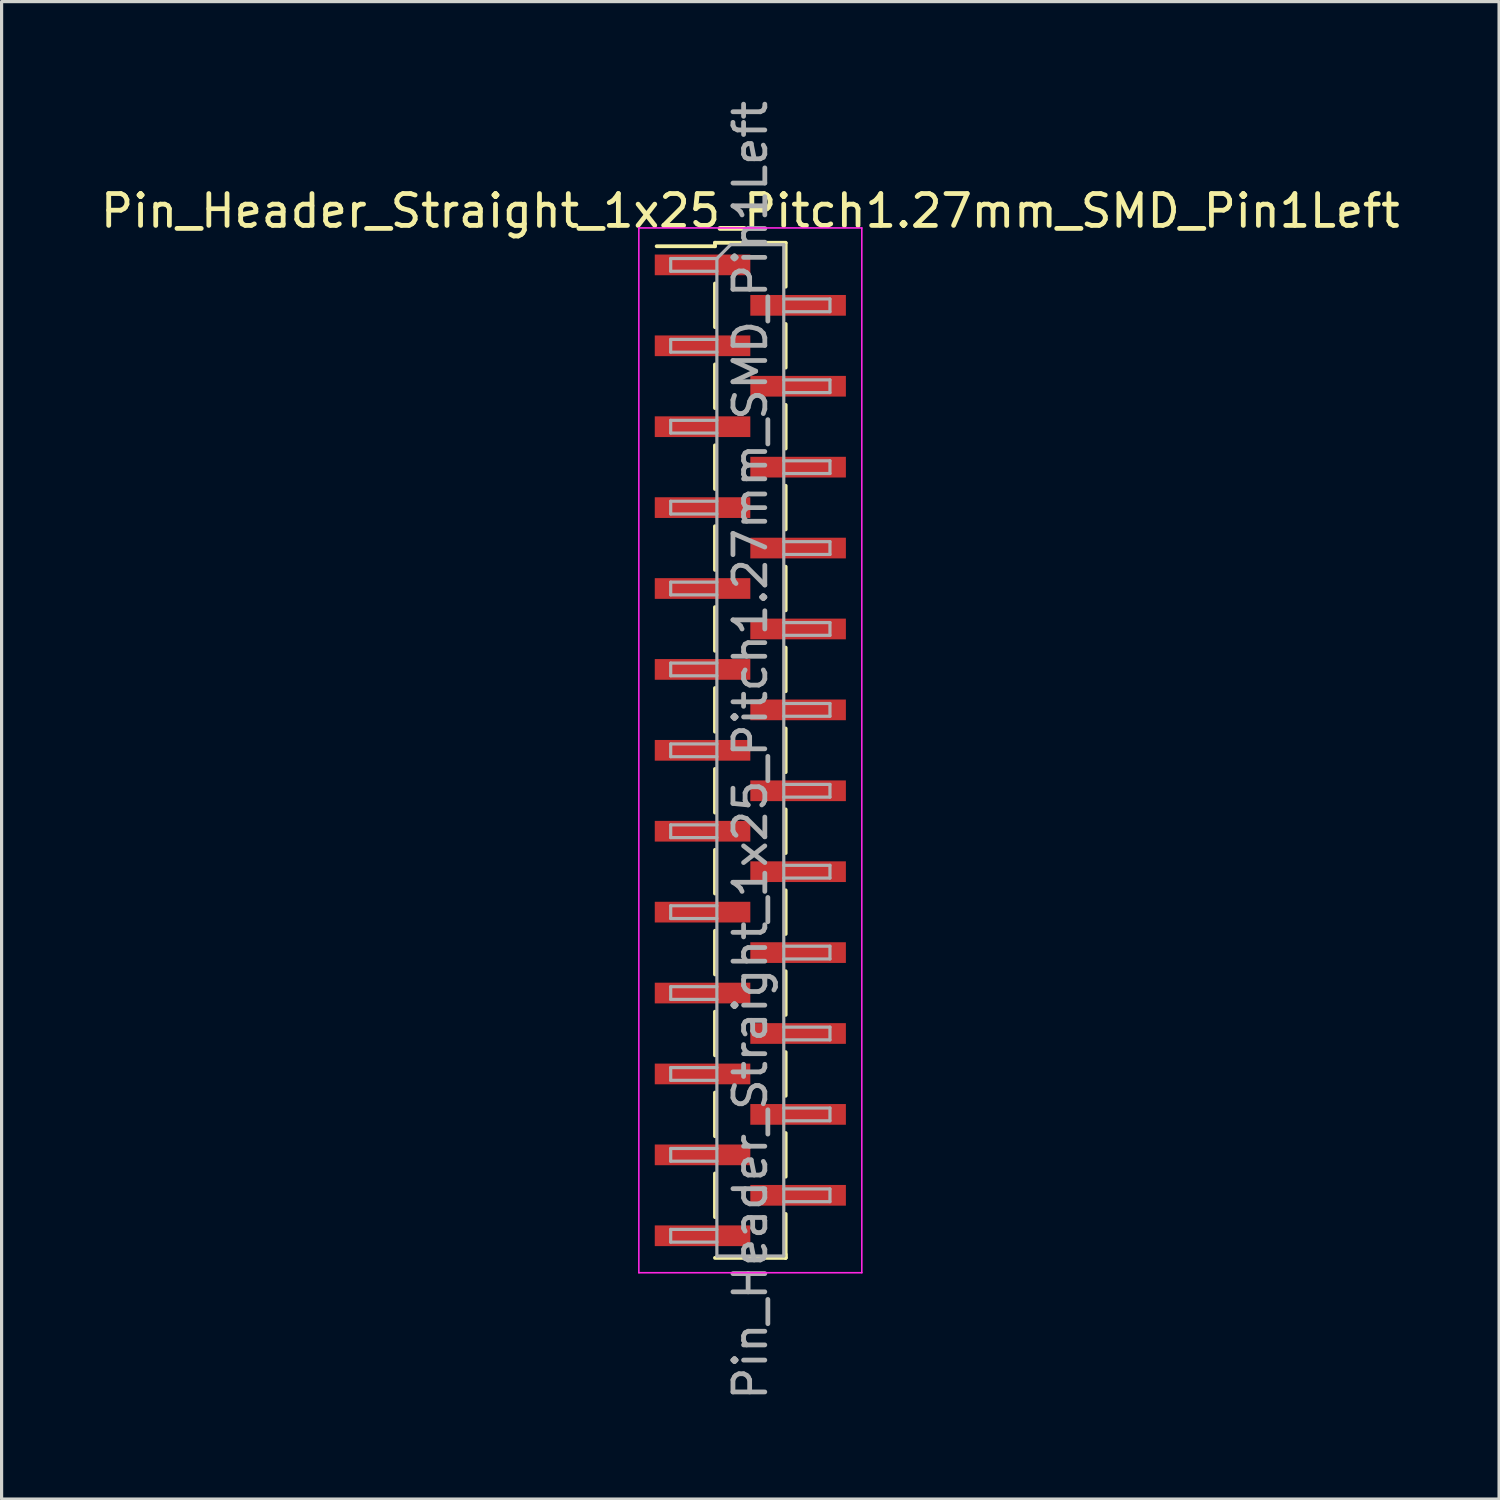
<source format=kicad_pcb>
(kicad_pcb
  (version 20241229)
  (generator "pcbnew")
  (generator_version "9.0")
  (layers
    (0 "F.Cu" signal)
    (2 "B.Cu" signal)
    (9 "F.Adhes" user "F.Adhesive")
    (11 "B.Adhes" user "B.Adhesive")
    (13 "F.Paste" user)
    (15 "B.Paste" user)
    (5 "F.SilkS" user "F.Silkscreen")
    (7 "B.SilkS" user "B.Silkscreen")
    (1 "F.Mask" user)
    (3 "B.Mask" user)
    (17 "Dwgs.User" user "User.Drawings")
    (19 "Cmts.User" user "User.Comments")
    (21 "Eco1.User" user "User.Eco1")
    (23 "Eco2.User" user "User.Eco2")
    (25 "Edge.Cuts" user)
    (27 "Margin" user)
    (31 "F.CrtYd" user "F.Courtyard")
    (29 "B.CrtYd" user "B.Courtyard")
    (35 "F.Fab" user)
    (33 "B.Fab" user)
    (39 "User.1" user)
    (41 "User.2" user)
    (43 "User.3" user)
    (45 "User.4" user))
  (footprint "Pin_Header_Straight_1x25_Pitch1.27mm_SMD_Pin1Left"
    (layer "F.Cu")
    (at 20.506 20.506)
    (property "Reference" "Pin_Header_Straight_1x25_Pitch1.27mm_SMD_Pin1Left" (at 0 -16.935 0) (layer "F.SilkS") (effects (font (size 1 1) (thickness 0.15))))
    (attr smd)
    (fp_line (start -1.11 -15.935) (end -1.11 -15.825) (stroke (width 0.12) (type solid)) (layer "F.SilkS"))
    (fp_line (start -1.11 -15.935) (end 1.11 -15.935) (stroke (width 0.12) (type solid)) (layer "F.SilkS"))
    (fp_line (start -1.11 -15.825) (end -2.94 -15.825) (stroke (width 0.12) (type solid)) (layer "F.SilkS"))
    (fp_line (start -1.11 -14.655) (end -1.11 -13.285) (stroke (width 0.12) (type solid)) (layer "F.SilkS"))
    (fp_line (start -1.11 -12.115) (end -1.11 -10.745) (stroke (width 0.12) (type solid)) (layer "F.SilkS"))
    (fp_line (start -1.11 -9.575) (end -1.11 -8.205) (stroke (width 0.12) (type solid)) (layer "F.SilkS"))
    (fp_line (start -1.11 -7.035) (end -1.11 -5.665) (stroke (width 0.12) (type solid)) (layer "F.SilkS"))
    (fp_line (start -1.11 -4.495) (end -1.11 -3.125) (stroke (width 0.12) (type solid)) (layer "F.SilkS"))
    (fp_line (start -1.11 -1.955) (end -1.11 -0.585) (stroke (width 0.12) (type solid)) (layer "F.SilkS"))
    (fp_line (start -1.11 0.585) (end -1.11 1.955) (stroke (width 0.12) (type solid)) (layer "F.SilkS"))
    (fp_line (start -1.11 3.125) (end -1.11 4.495) (stroke (width 0.12) (type solid)) (layer "F.SilkS"))
    (fp_line (start -1.11 5.665) (end -1.11 7.035) (stroke (width 0.12) (type solid)) (layer "F.SilkS"))
    (fp_line (start -1.11 8.205) (end -1.11 9.575) (stroke (width 0.12) (type solid)) (layer "F.SilkS"))
    (fp_line (start -1.11 10.745) (end -1.11 12.115) (stroke (width 0.12) (type solid)) (layer "F.SilkS"))
    (fp_line (start -1.11 13.285) (end -1.11 14.655) (stroke (width 0.12) (type solid)) (layer "F.SilkS"))
    (fp_line (start -1.11 15.935) (end 1.11 15.935) (stroke (width 0.12) (type solid)) (layer "F.SilkS"))
    (fp_line (start 1.11 -15.925) (end 1.11 -14.555) (stroke (width 0.12) (type solid)) (layer "F.SilkS"))
    (fp_line (start 1.11 -13.385) (end 1.11 -12.015) (stroke (width 0.12) (type solid)) (layer "F.SilkS"))
    (fp_line (start 1.11 -10.845) (end 1.11 -9.475) (stroke (width 0.12) (type solid)) (layer "F.SilkS"))
    (fp_line (start 1.11 -8.305) (end 1.11 -6.935) (stroke (width 0.12) (type solid)) (layer "F.SilkS"))
    (fp_line (start 1.11 -5.765) (end 1.11 -4.395) (stroke (width 0.12) (type solid)) (layer "F.SilkS"))
    (fp_line (start 1.11 -3.225) (end 1.11 -1.855) (stroke (width 0.12) (type solid)) (layer "F.SilkS"))
    (fp_line (start 1.11 -0.685) (end 1.11 0.685) (stroke (width 0.12) (type solid)) (layer "F.SilkS"))
    (fp_line (start 1.11 1.855) (end 1.11 3.225) (stroke (width 0.12) (type solid)) (layer "F.SilkS"))
    (fp_line (start 1.11 4.395) (end 1.11 5.765) (stroke (width 0.12) (type solid)) (layer "F.SilkS"))
    (fp_line (start 1.11 6.935) (end 1.11 8.305) (stroke (width 0.12) (type solid)) (layer "F.SilkS"))
    (fp_line (start 1.11 9.475) (end 1.11 10.845) (stroke (width 0.12) (type solid)) (layer "F.SilkS"))
    (fp_line (start 1.11 12.015) (end 1.11 13.385) (stroke (width 0.12) (type solid)) (layer "F.SilkS"))
    (fp_line (start 1.11 14.555) (end 1.11 15.925) (stroke (width 0.12) (type solid)) (layer "F.SilkS"))
    (fp_line (start 1.11 15.825) (end 1.11 15.935) (stroke (width 0.12) (type solid)) (layer "F.SilkS"))
    (fp_line (start -3.5 -16.4) (end -3.5 16.4) (stroke (width 0.05) (type solid)) (layer "F.CrtYd"))
    (fp_line (start -3.5 16.4) (end 3.5 16.4) (stroke (width 0.05) (type solid)) (layer "F.CrtYd"))
    (fp_line (start 3.5 -16.4) (end -3.5 -16.4) (stroke (width 0.05) (type solid)) (layer "F.CrtYd"))
    (fp_line (start 3.5 16.4) (end 3.5 -16.4) (stroke (width 0.05) (type solid)) (layer "F.CrtYd"))
    (fp_line (start -2.5 -15.44) (end -2.5 -15.04) (stroke (width 0.1) (type solid)) (layer "F.Fab"))
    (fp_line (start -2.5 -15.04) (end -1.05 -15.04) (stroke (width 0.1) (type solid)) (layer "F.Fab"))
    (fp_line (start -2.5 -12.9) (end -2.5 -12.5) (stroke (width 0.1) (type solid)) (layer "F.Fab"))
    (fp_line (start -2.5 -12.5) (end -1.05 -12.5) (stroke (width 0.1) (type solid)) (layer "F.Fab"))
    (fp_line (start -2.5 -10.36) (end -2.5 -9.96) (stroke (width 0.1) (type solid)) (layer "F.Fab"))
    (fp_line (start -2.5 -9.96) (end -1.05 -9.96) (stroke (width 0.1) (type solid)) (layer "F.Fab"))
    (fp_line (start -2.5 -7.82) (end -2.5 -7.42) (stroke (width 0.1) (type solid)) (layer "F.Fab"))
    (fp_line (start -2.5 -7.42) (end -1.05 -7.42) (stroke (width 0.1) (type solid)) (layer "F.Fab"))
    (fp_line (start -2.5 -5.28) (end -2.5 -4.88) (stroke (width 0.1) (type solid)) (layer "F.Fab"))
    (fp_line (start -2.5 -4.88) (end -1.05 -4.88) (stroke (width 0.1) (type solid)) (layer "F.Fab"))
    (fp_line (start -2.5 -2.74) (end -2.5 -2.34) (stroke (width 0.1) (type solid)) (layer "F.Fab"))
    (fp_line (start -2.5 -2.34) (end -1.05 -2.34) (stroke (width 0.1) (type solid)) (layer "F.Fab"))
    (fp_line (start -2.5 -0.2) (end -2.5 0.2) (stroke (width 0.1) (type solid)) (layer "F.Fab"))
    (fp_line (start -2.5 0.2) (end -1.05 0.2) (stroke (width 0.1) (type solid)) (layer "F.Fab"))
    (fp_line (start -2.5 2.34) (end -2.5 2.74) (stroke (width 0.1) (type solid)) (layer "F.Fab"))
    (fp_line (start -2.5 2.74) (end -1.05 2.74) (stroke (width 0.1) (type solid)) (layer "F.Fab"))
    (fp_line (start -2.5 4.88) (end -2.5 5.28) (stroke (width 0.1) (type solid)) (layer "F.Fab"))
    (fp_line (start -2.5 5.28) (end -1.05 5.28) (stroke (width 0.1) (type solid)) (layer "F.Fab"))
    (fp_line (start -2.5 7.42) (end -2.5 7.82) (stroke (width 0.1) (type solid)) (layer "F.Fab"))
    (fp_line (start -2.5 7.82) (end -1.05 7.82) (stroke (width 0.1) (type solid)) (layer "F.Fab"))
    (fp_line (start -2.5 9.96) (end -2.5 10.36) (stroke (width 0.1) (type solid)) (layer "F.Fab"))
    (fp_line (start -2.5 10.36) (end -1.05 10.36) (stroke (width 0.1) (type solid)) (layer "F.Fab"))
    (fp_line (start -2.5 12.5) (end -2.5 12.9) (stroke (width 0.1) (type solid)) (layer "F.Fab"))
    (fp_line (start -2.5 12.9) (end -1.05 12.9) (stroke (width 0.1) (type solid)) (layer "F.Fab"))
    (fp_line (start -2.5 15.04) (end -2.5 15.44) (stroke (width 0.1) (type solid)) (layer "F.Fab"))
    (fp_line (start -2.5 15.44) (end -1.05 15.44) (stroke (width 0.1) (type solid)) (layer "F.Fab"))
    (fp_line (start -1.05 -15.44) (end -2.5 -15.44) (stroke (width 0.1) (type solid)) (layer "F.Fab"))
    (fp_line (start -1.05 -15.44) (end -0.615 -15.875) (stroke (width 0.1) (type solid)) (layer "F.Fab"))
    (fp_line (start -1.05 -12.9) (end -2.5 -12.9) (stroke (width 0.1) (type solid)) (layer "F.Fab"))
    (fp_line (start -1.05 -10.36) (end -2.5 -10.36) (stroke (width 0.1) (type solid)) (layer "F.Fab"))
    (fp_line (start -1.05 -7.82) (end -2.5 -7.82) (stroke (width 0.1) (type solid)) (layer "F.Fab"))
    (fp_line (start -1.05 -5.28) (end -2.5 -5.28) (stroke (width 0.1) (type solid)) (layer "F.Fab"))
    (fp_line (start -1.05 -2.74) (end -2.5 -2.74) (stroke (width 0.1) (type solid)) (layer "F.Fab"))
    (fp_line (start -1.05 -0.2) (end -2.5 -0.2) (stroke (width 0.1) (type solid)) (layer "F.Fab"))
    (fp_line (start -1.05 2.34) (end -2.5 2.34) (stroke (width 0.1) (type solid)) (layer "F.Fab"))
    (fp_line (start -1.05 4.88) (end -2.5 4.88) (stroke (width 0.1) (type solid)) (layer "F.Fab"))
    (fp_line (start -1.05 7.42) (end -2.5 7.42) (stroke (width 0.1) (type solid)) (layer "F.Fab"))
    (fp_line (start -1.05 9.96) (end -2.5 9.96) (stroke (width 0.1) (type solid)) (layer "F.Fab"))
    (fp_line (start -1.05 12.5) (end -2.5 12.5) (stroke (width 0.1) (type solid)) (layer "F.Fab"))
    (fp_line (start -1.05 15.04) (end -2.5 15.04) (stroke (width 0.1) (type solid)) (layer "F.Fab"))
    (fp_line (start -1.05 15.875) (end -1.05 -15.44) (stroke (width 0.1) (type solid)) (layer "F.Fab"))
    (fp_line (start -0.615 -15.875) (end 1.05 -15.875) (stroke (width 0.1) (type solid)) (layer "F.Fab"))
    (fp_line (start 1.05 -15.875) (end 1.05 15.875) (stroke (width 0.1) (type solid)) (layer "F.Fab"))
    (fp_line (start 1.05 -14.17) (end 2.5 -14.17) (stroke (width 0.1) (type solid)) (layer "F.Fab"))
    (fp_line (start 1.05 -11.63) (end 2.5 -11.63) (stroke (width 0.1) (type solid)) (layer "F.Fab"))
    (fp_line (start 1.05 -9.09) (end 2.5 -9.09) (stroke (width 0.1) (type solid)) (layer "F.Fab"))
    (fp_line (start 1.05 -6.55) (end 2.5 -6.55) (stroke (width 0.1) (type solid)) (layer "F.Fab"))
    (fp_line (start 1.05 -4.01) (end 2.5 -4.01) (stroke (width 0.1) (type solid)) (layer "F.Fab"))
    (fp_line (start 1.05 -1.47) (end 2.5 -1.47) (stroke (width 0.1) (type solid)) (layer "F.Fab"))
    (fp_line (start 1.05 1.07) (end 2.5 1.07) (stroke (width 0.1) (type solid)) (layer "F.Fab"))
    (fp_line (start 1.05 3.61) (end 2.5 3.61) (stroke (width 0.1) (type solid)) (layer "F.Fab"))
    (fp_line (start 1.05 6.15) (end 2.5 6.15) (stroke (width 0.1) (type solid)) (layer "F.Fab"))
    (fp_line (start 1.05 8.69) (end 2.5 8.69) (stroke (width 0.1) (type solid)) (layer "F.Fab"))
    (fp_line (start 1.05 11.23) (end 2.5 11.23) (stroke (width 0.1) (type solid)) (layer "F.Fab"))
    (fp_line (start 1.05 13.77) (end 2.5 13.77) (stroke (width 0.1) (type solid)) (layer "F.Fab"))
    (fp_line (start 1.05 15.875) (end -1.05 15.875) (stroke (width 0.1) (type solid)) (layer "F.Fab"))
    (fp_line (start 2.5 -14.17) (end 2.5 -13.77) (stroke (width 0.1) (type solid)) (layer "F.Fab"))
    (fp_line (start 2.5 -13.77) (end 1.05 -13.77) (stroke (width 0.1) (type solid)) (layer "F.Fab"))
    (fp_line (start 2.5 -11.63) (end 2.5 -11.23) (stroke (width 0.1) (type solid)) (layer "F.Fab"))
    (fp_line (start 2.5 -11.23) (end 1.05 -11.23) (stroke (width 0.1) (type solid)) (layer "F.Fab"))
    (fp_line (start 2.5 -9.09) (end 2.5 -8.69) (stroke (width 0.1) (type solid)) (layer "F.Fab"))
    (fp_line (start 2.5 -8.69) (end 1.05 -8.69) (stroke (width 0.1) (type solid)) (layer "F.Fab"))
    (fp_line (start 2.5 -6.55) (end 2.5 -6.15) (stroke (width 0.1) (type solid)) (layer "F.Fab"))
    (fp_line (start 2.5 -6.15) (end 1.05 -6.15) (stroke (width 0.1) (type solid)) (layer "F.Fab"))
    (fp_line (start 2.5 -4.01) (end 2.5 -3.61) (stroke (width 0.1) (type solid)) (layer "F.Fab"))
    (fp_line (start 2.5 -3.61) (end 1.05 -3.61) (stroke (width 0.1) (type solid)) (layer "F.Fab"))
    (fp_line (start 2.5 -1.47) (end 2.5 -1.07) (stroke (width 0.1) (type solid)) (layer "F.Fab"))
    (fp_line (start 2.5 -1.07) (end 1.05 -1.07) (stroke (width 0.1) (type solid)) (layer "F.Fab"))
    (fp_line (start 2.5 1.07) (end 2.5 1.47) (stroke (width 0.1) (type solid)) (layer "F.Fab"))
    (fp_line (start 2.5 1.47) (end 1.05 1.47) (stroke (width 0.1) (type solid)) (layer "F.Fab"))
    (fp_line (start 2.5 3.61) (end 2.5 4.01) (stroke (width 0.1) (type solid)) (layer "F.Fab"))
    (fp_line (start 2.5 4.01) (end 1.05 4.01) (stroke (width 0.1) (type solid)) (layer "F.Fab"))
    (fp_line (start 2.5 6.15) (end 2.5 6.55) (stroke (width 0.1) (type solid)) (layer "F.Fab"))
    (fp_line (start 2.5 6.55) (end 1.05 6.55) (stroke (width 0.1) (type solid)) (layer "F.Fab"))
    (fp_line (start 2.5 8.69) (end 2.5 9.09) (stroke (width 0.1) (type solid)) (layer "F.Fab"))
    (fp_line (start 2.5 9.09) (end 1.05 9.09) (stroke (width 0.1) (type solid)) (layer "F.Fab"))
    (fp_line (start 2.5 11.23) (end 2.5 11.63) (stroke (width 0.1) (type solid)) (layer "F.Fab"))
    (fp_line (start 2.5 11.63) (end 1.05 11.63) (stroke (width 0.1) (type solid)) (layer "F.Fab"))
    (fp_line (start 2.5 13.77) (end 2.5 14.17) (stroke (width 0.1) (type solid)) (layer "F.Fab"))
    (fp_line (start 2.5 14.17) (end 1.05 14.17) (stroke (width 0.1) (type solid)) (layer "F.Fab"))
    (fp_text user "${REFERENCE}" (at 0 0 90) (layer "F.Fab") (effects (font (size 1 1) (thickness 0.15))))
    (pad "1" smd rect (at -1.5 -15.24) (size 3 0.65) (layers "F.Cu" "F.Mask" "F.Paste"))
    (pad "2" smd rect (at 1.5 -13.97) (size 3 0.65) (layers "F.Cu" "F.Mask" "F.Paste"))
    (pad "3" smd rect (at -1.5 -12.7) (size 3 0.65) (layers "F.Cu" "F.Mask" "F.Paste"))
    (pad "4" smd rect (at 1.5 -11.43) (size 3 0.65) (layers "F.Cu" "F.Mask" "F.Paste"))
    (pad "5" smd rect (at -1.5 -10.16) (size 3 0.65) (layers "F.Cu" "F.Mask" "F.Paste"))
    (pad "6" smd rect (at 1.5 -8.89) (size 3 0.65) (layers "F.Cu" "F.Mask" "F.Paste"))
    (pad "7" smd rect (at -1.5 -7.62) (size 3 0.65) (layers "F.Cu" "F.Mask" "F.Paste"))
    (pad "8" smd rect (at 1.5 -6.35) (size 3 0.65) (layers "F.Cu" "F.Mask" "F.Paste"))
    (pad "9" smd rect (at -1.5 -5.08) (size 3 0.65) (layers "F.Cu" "F.Mask" "F.Paste"))
    (pad "10" smd rect (at 1.5 -3.81) (size 3 0.65) (layers "F.Cu" "F.Mask" "F.Paste"))
    (pad "11" smd rect (at -1.5 -2.54) (size 3 0.65) (layers "F.Cu" "F.Mask" "F.Paste"))
    (pad "12" smd rect (at 1.5 -1.27) (size 3 0.65) (layers "F.Cu" "F.Mask" "F.Paste"))
    (pad "13" smd rect (at -1.5 0) (size 3 0.65) (layers "F.Cu" "F.Mask" "F.Paste"))
    (pad "14" smd rect (at 1.5 1.27) (size 3 0.65) (layers "F.Cu" "F.Mask" "F.Paste"))
    (pad "15" smd rect (at -1.5 2.54) (size 3 0.65) (layers "F.Cu" "F.Mask" "F.Paste"))
    (pad "16" smd rect (at 1.5 3.81) (size 3 0.65) (layers "F.Cu" "F.Mask" "F.Paste"))
    (pad "17" smd rect (at -1.5 5.08) (size 3 0.65) (layers "F.Cu" "F.Mask" "F.Paste"))
    (pad "18" smd rect (at 1.5 6.35) (size 3 0.65) (layers "F.Cu" "F.Mask" "F.Paste"))
    (pad "19" smd rect (at -1.5 7.62) (size 3 0.65) (layers "F.Cu" "F.Mask" "F.Paste"))
    (pad "20" smd rect (at 1.5 8.89) (size 3 0.65) (layers "F.Cu" "F.Mask" "F.Paste"))
    (pad "21" smd rect (at -1.5 10.16) (size 3 0.65) (layers "F.Cu" "F.Mask" "F.Paste"))
    (pad "22" smd rect (at 1.5 11.43) (size 3 0.65) (layers "F.Cu" "F.Mask" "F.Paste"))
    (pad "23" smd rect (at -1.5 12.7) (size 3 0.65) (layers "F.Cu" "F.Mask" "F.Paste"))
    (pad "24" smd rect (at 1.5 13.97) (size 3 0.65) (layers "F.Cu" "F.Mask" "F.Paste"))
    (pad "25" smd rect (at -1.5 15.24) (size 3 0.65) (layers "F.Cu" "F.Mask" "F.Paste")))
  (gr_rect
    (start -3 -3)
    (end 44.012 44.012)
    (stroke (width 0.1) (type default))
    (fill no)
    (layer "Edge.Cuts")))
</source>
